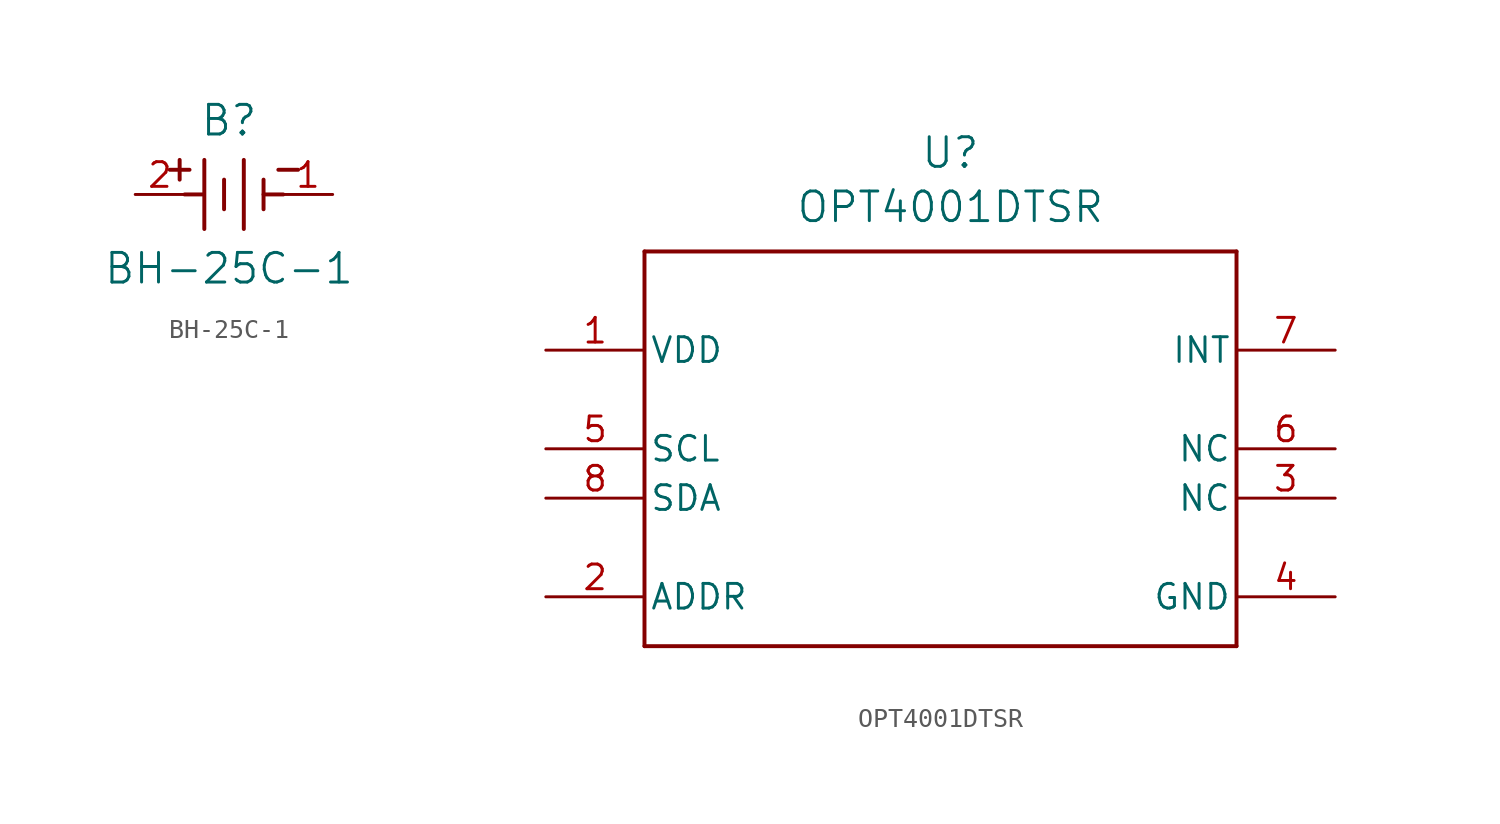
<source format=kicad_sym>
(kicad_symbol_lib
  (version 20231120)
  (generator "kicad_symbol_editor")
  (generator_version "8.0")
  (symbol "BH-25C-1"
    (pin_names
      (offset 0.254))
    (property "Reference" "B"
      (at 4.826 3.81 0)
      (effects (font (size 1.524 1.524))))
    (property "Value" "BH-25C-1"
      (at 4.826 -3.81 0)
      (effects (font (size 1.524 1.524))))
    (property "ki_locked" ""
      (at 0 0 0)
      (effects (font (size 1.27 1.27))))
    (symbol "BH-25C-1_0_1"
      (polyline (pts (xy 1.778 1.27) (xy 2.794 1.27)) (stroke (width 0.203) (type default)) (fill (type none)))
      (polyline (pts (xy 2.286 0.762) (xy 2.286 1.778)) (stroke (width 0.203) (type default)) (fill (type none)))
      (polyline (pts (xy 2.54 0) (xy 3.48 0)) (stroke (width 0.203) (type default)) (fill (type none)))
      (polyline (pts (xy 3.556 -1.778) (xy 3.556 1.778)) (stroke (width 0.203) (type default)) (fill (type none)))
      (polyline (pts (xy 4.572 0.762) (xy 4.572 -0.762)) (stroke (width 0.203) (type default)) (fill (type none)))
      (polyline (pts (xy 5.588 -1.778) (xy 5.588 1.778)) (stroke (width 0.203) (type default)) (fill (type none)))
      (polyline (pts (xy 6.604 0) (xy 7.62 0)) (stroke (width 0.203) (type default)) (fill (type none)))
      (polyline (pts (xy 6.604 0.762) (xy 6.604 -0.762)) (stroke (width 0.203) (type default)) (fill (type none)))
      (polyline (pts (xy 7.366 1.27) (xy 8.382 1.27)) (stroke (width 0.203) (type default)) (fill (type none)))
      (pin unspecified line (at 10.16 0 180) (length 2.54) (name "" (effects (font (size 1.27 1.27)))) (number "1" (effects (font (size 1.27 1.27)))))
      (pin unspecified line (at 0 0 0) (length 2.54) (name "" (effects (font (size 1.27 1.27)))) (number "2" (effects (font (size 1.27 1.27)))))))
  (symbol "OPT4001DTSR"
    (pin_names
      (offset 0.254))
    (property "Reference" "U"
      (at 20.828 10.16 0)
      (effects (font (size 1.524 1.524))))
    (property "Value" "OPT4001DTSR"
      (at 20.828 7.366 0)
      (effects (font (size 1.524 1.524))))
    (property "ki_locked" ""
      (at 0 0 0)
      (effects (font (size 1.27 1.27))))
    (symbol "OPT4001DTSR_0_1"
      (polyline (pts (xy 5.08 -15.24) (xy 35.56 -15.24)) (stroke (width 0.203) (type default)) (fill (type none)))
      (polyline (pts (xy 5.08 5.08) (xy 5.08 -15.24)) (stroke (width 0.203) (type default)) (fill (type none)))
      (polyline (pts (xy 35.56 -15.24) (xy 35.56 5.08)) (stroke (width 0.203) (type default)) (fill (type none)))
      (polyline (pts (xy 35.56 5.08) (xy 5.08 5.08)) (stroke (width 0.203) (type default)) (fill (type none)))
      (pin power_in line (at 0 0 0) (length 5.08) (name "VDD" (effects (font (size 1.27 1.27)))) (number "1" (effects (font (size 1.27 1.27)))))
      (pin input line (at 0 -12.7 0) (length 5.08) (name "ADDR" (effects (font (size 1.27 1.27)))) (number "2" (effects (font (size 1.27 1.27)))))
      (pin unspecified line (at 40.64 -7.62 180) (length 5.08) (name "NC" (effects (font (size 1.27 1.27)))) (number "3" (effects (font (size 1.27 1.27)))))
      (pin power_in line (at 40.64 -12.7 180) (length 5.08) (name "GND" (effects (font (size 1.27 1.27)))) (number "4" (effects (font (size 1.27 1.27)))))
      (pin input line (at 0 -5.08 0) (length 5.08) (name "SCL" (effects (font (size 1.27 1.27)))) (number "5" (effects (font (size 1.27 1.27)))))
      (pin unspecified line (at 40.64 -5.08 180) (length 5.08) (name "NC" (effects (font (size 1.27 1.27)))) (number "6" (effects (font (size 1.27 1.27)))))
      (pin open_collector line (at 40.64 0 180) (length 5.08) (name "INT" (effects (font (size 1.27 1.27)))) (number "7" (effects (font (size 1.27 1.27)))))
      (pin bidirectional line (at 0 -7.62 0) (length 5.08) (name "SDA" (effects (font (size 1.27 1.27)))) (number "8" (effects (font (size 1.27 1.27))))))))
</source>
